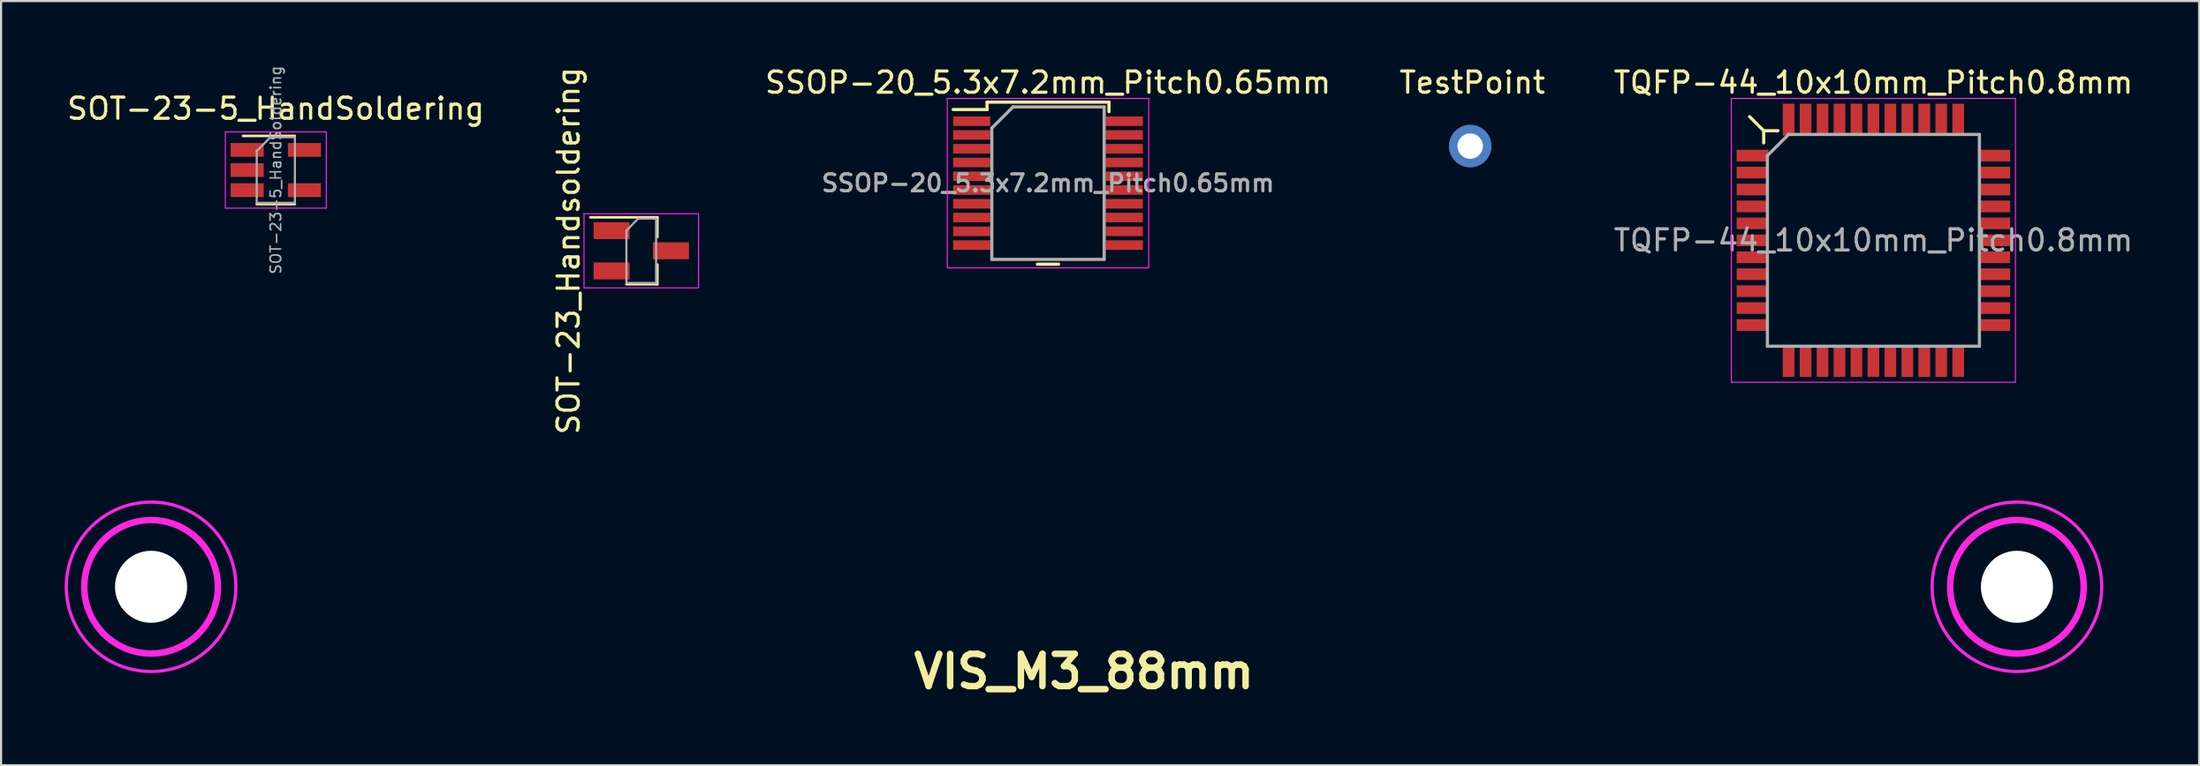
<source format=kicad_pcb>
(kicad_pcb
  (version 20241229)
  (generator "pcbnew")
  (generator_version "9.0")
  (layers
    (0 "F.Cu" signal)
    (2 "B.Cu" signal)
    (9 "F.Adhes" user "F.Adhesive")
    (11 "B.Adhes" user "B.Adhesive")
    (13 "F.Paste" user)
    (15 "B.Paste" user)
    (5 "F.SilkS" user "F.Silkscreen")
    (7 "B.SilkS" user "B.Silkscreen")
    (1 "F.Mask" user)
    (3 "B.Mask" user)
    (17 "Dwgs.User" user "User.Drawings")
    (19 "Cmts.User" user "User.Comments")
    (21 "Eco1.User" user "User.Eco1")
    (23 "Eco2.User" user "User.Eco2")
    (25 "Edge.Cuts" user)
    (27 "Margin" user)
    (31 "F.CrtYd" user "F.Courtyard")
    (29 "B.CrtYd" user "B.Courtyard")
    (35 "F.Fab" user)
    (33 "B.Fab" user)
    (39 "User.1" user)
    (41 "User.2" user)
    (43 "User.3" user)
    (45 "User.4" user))
  (footprint "SSOP-20_5.3x7.2mm_Pitch0.65mm"
    (layer "F.Cu")
    (at 46.377 5.598)
    (property "Reference" "SSOP-20_5.3x7.2mm_Pitch0.65mm" (at 0 -4.75 0) (layer "F.SilkS") (effects (font (size 1 1) (thickness 0.15))))
    (attr smd)
    (fp_line (start -2.875 -3.825) (end -2.875 -3.475) (stroke (width 0.15) (type solid)) (layer "F.SilkS"))
    (fp_line (start -2.875 -3.825) (end 2.875 -3.825) (stroke (width 0.15) (type solid)) (layer "F.SilkS"))
    (fp_line (start -2.875 -3.475) (end -4.475 -3.475) (stroke (width 0.15) (type solid)) (layer "F.SilkS"))
    (fp_line (start -0.5 3.825) (end 0.5 3.825) (stroke (width 0.15) (type solid)) (layer "F.SilkS"))
    (fp_line (start 2.875 -3.825) (end 2.875 -3.375) (stroke (width 0.15) (type solid)) (layer "F.SilkS"))
    (fp_line (start -4.75 -4) (end -4.75 4) (stroke (width 0.05) (type solid)) (layer "F.CrtYd"))
    (fp_line (start -4.75 -4) (end 4.75 -4) (stroke (width 0.05) (type solid)) (layer "F.CrtYd"))
    (fp_line (start -4.75 4) (end 4.75 4) (stroke (width 0.05) (type solid)) (layer "F.CrtYd"))
    (fp_line (start 4.75 -4) (end 4.75 4) (stroke (width 0.05) (type solid)) (layer "F.CrtYd"))
    (fp_line (start -2.65 -2.6) (end -1.65 -3.6) (stroke (width 0.15) (type solid)) (layer "F.Fab"))
    (fp_line (start -2.65 3.6) (end -2.65 -2.6) (stroke (width 0.15) (type solid)) (layer "F.Fab"))
    (fp_line (start -1.65 -3.6) (end 2.65 -3.6) (stroke (width 0.15) (type solid)) (layer "F.Fab"))
    (fp_line (start 2.65 -3.6) (end 2.65 3.6) (stroke (width 0.15) (type solid)) (layer "F.Fab"))
    (fp_line (start 2.65 3.6) (end -2.65 3.6) (stroke (width 0.15) (type solid)) (layer "F.Fab"))
    (fp_text user "${REFERENCE}" (at 0 0 0) (layer "F.Fab") (effects (font (size 0.8 0.8) (thickness 0.15))))
    (pad "1" smd rect (at -3.6 -2.925) (size 1.75 0.45) (layers "F.Cu" "F.Mask" "F.Paste"))
    (pad "2" smd rect (at -3.6 -2.275) (size 1.75 0.45) (layers "F.Cu" "F.Mask" "F.Paste"))
    (pad "3" smd rect (at -3.6 -1.625) (size 1.75 0.45) (layers "F.Cu" "F.Mask" "F.Paste"))
    (pad "4" smd rect (at -3.6 -0.975) (size 1.75 0.45) (layers "F.Cu" "F.Mask" "F.Paste"))
    (pad "5" smd rect (at -3.6 -0.325) (size 1.75 0.45) (layers "F.Cu" "F.Mask" "F.Paste"))
    (pad "6" smd rect (at -3.6 0.325) (size 1.75 0.45) (layers "F.Cu" "F.Mask" "F.Paste"))
    (pad "7" smd rect (at -3.6 0.975) (size 1.75 0.45) (layers "F.Cu" "F.Mask" "F.Paste"))
    (pad "8" smd rect (at -3.6 1.625) (size 1.75 0.45) (layers "F.Cu" "F.Mask" "F.Paste"))
    (pad "9" smd rect (at -3.6 2.275) (size 1.75 0.45) (layers "F.Cu" "F.Mask" "F.Paste"))
    (pad "10" smd rect (at -3.6 2.925) (size 1.75 0.45) (layers "F.Cu" "F.Mask" "F.Paste"))
    (pad "11" smd rect (at 3.6 2.925) (size 1.75 0.45) (layers "F.Cu" "F.Mask" "F.Paste"))
    (pad "12" smd rect (at 3.6 2.275) (size 1.75 0.45) (layers "F.Cu" "F.Mask" "F.Paste"))
    (pad "13" smd rect (at 3.6 1.625) (size 1.75 0.45) (layers "F.Cu" "F.Mask" "F.Paste"))
    (pad "14" smd rect (at 3.6 0.975) (size 1.75 0.45) (layers "F.Cu" "F.Mask" "F.Paste"))
    (pad "15" smd rect (at 3.6 0.325) (size 1.75 0.45) (layers "F.Cu" "F.Mask" "F.Paste"))
    (pad "16" smd rect (at 3.6 -0.325) (size 1.75 0.45) (layers "F.Cu" "F.Mask" "F.Paste"))
    (pad "17" smd rect (at 3.6 -0.975) (size 1.75 0.45) (layers "F.Cu" "F.Mask" "F.Paste"))
    (pad "18" smd rect (at 3.6 -1.625) (size 1.75 0.45) (layers "F.Cu" "F.Mask" "F.Paste"))
    (pad "19" smd rect (at 3.6 -2.275) (size 1.75 0.45) (layers "F.Cu" "F.Mask" "F.Paste"))
    (pad "20" smd rect (at 3.6 -2.925) (size 1.75 0.45) (layers "F.Cu" "F.Mask" "F.Paste")))
  (footprint "SOT-23_Handsoldering"
    (layer "F.Cu")
    (at 27.194 8.792)
    (property "Reference" "SOT-23_Handsoldering" (at -3.429 0 90) (layer "F.SilkS") (effects (font (size 1 1) (thickness 0.15))))
    (attr smd)
    (fp_line (start 0.76 -1.58) (end -2.4 -1.58) (stroke (width 0.12) (type solid)) (layer "F.SilkS"))
    (fp_line (start 0.76 -1.58) (end 0.76 -0.65) (stroke (width 0.12) (type solid)) (layer "F.SilkS"))
    (fp_line (start 0.76 1.58) (end -0.7 1.58) (stroke (width 0.12) (type solid)) (layer "F.SilkS"))
    (fp_line (start 0.76 1.58) (end 0.76 0.65) (stroke (width 0.12) (type solid)) (layer "F.SilkS"))
    (fp_line (start -2.7 -1.75) (end 2.7 -1.75) (stroke (width 0.05) (type solid)) (layer "F.CrtYd"))
    (fp_line (start -2.7 1.75) (end -2.7 -1.75) (stroke (width 0.05) (type solid)) (layer "F.CrtYd"))
    (fp_line (start 2.7 -1.75) (end 2.7 1.75) (stroke (width 0.05) (type solid)) (layer "F.CrtYd"))
    (fp_line (start 2.7 1.75) (end -2.7 1.75) (stroke (width 0.05) (type solid)) (layer "F.CrtYd"))
    (fp_line (start -0.7 -0.95) (end -0.7 1.5) (stroke (width 0.1) (type solid)) (layer "F.Fab"))
    (fp_line (start -0.7 -0.95) (end -0.15 -1.52) (stroke (width 0.1) (type solid)) (layer "F.Fab"))
    (fp_line (start -0.7 1.52) (end 0.7 1.52) (stroke (width 0.1) (type solid)) (layer "F.Fab"))
    (fp_line (start -0.15 -1.52) (end 0.7 -1.52) (stroke (width 0.1) (type solid)) (layer "F.Fab"))
    (fp_line (start 0.7 -1.52) (end 0.7 1.52) (stroke (width 0.1) (type solid)) (layer "F.Fab"))
    (pad "1" smd rect (at -1.4 -0.95) (size 1.7 0.8) (layers "F.Cu" "F.Mask" "F.Paste"))
    (pad "2" smd rect (at -1.4 0.95) (size 1.7 0.8) (layers "F.Cu" "F.Mask" "F.Paste"))
    (pad "3" smd rect (at 1.4 0) (size 1.7 0.8) (layers "F.Cu" "F.Mask" "F.Paste")))
  (footprint "VIS_M3_88mm"
    (layer "F.Cu")
    (at 48.075 24.658)
    (property "Reference" "VIS_M3_88mm" (at 0 4 0) (layer "F.SilkS") (effects (font (size 1.524 1.524) (thickness 0.305))))
    (attr through_hole)
    (fp_circle (center -44 0) (end -40.85 0) (stroke (width 0.12) (type solid)) (fill no) (layer "F.SilkS"))
    (fp_circle (center 44 0) (end 47.15 0) (stroke (width 0.12) (type solid)) (fill no) (layer "F.SilkS"))
    (fp_circle (center -44 0) (end -40.85 0) (stroke (width 0.305) (type solid)) (fill no) (layer "F.CrtYd"))
    (fp_circle (center -44 0) (end -40 0) (stroke (width 0.15) (type solid)) (fill no) (layer "F.CrtYd"))
    (fp_circle (center 44 0) (end 47.15 0) (stroke (width 0.305) (type solid)) (fill no) (layer "F.CrtYd"))
    (fp_circle (center 44 0) (end 48 0) (stroke (width 0.15) (type solid)) (fill no) (layer "F.CrtYd"))
    (pad "" np_thru_hole circle (at -44 0) (size 3.4 3.4) (drill 3.4) (layers "*.Cu" "*.Mask"))
    (pad "" np_thru_hole circle (at 44 0) (size 3.4 3.4) (drill 3.4) (layers "*.Cu" "*.Mask")))
  (footprint "TQFP-44_10x10mm_Pitch0.8mm"
    (layer "F.Cu")
    (at 85.306 8.298)
    (property "Reference" "TQFP-44_10x10mm_Pitch0.8mm" (at 0 -7.45 0) (layer "F.SilkS") (effects (font (size 1 1) (thickness 0.15))))
    (attr smd)
    (fp_line (start -5.175 -5.175) (end -5.842 -5.842) (stroke (width 0.15) (type solid)) (layer "F.SilkS"))
    (fp_line (start -5.175 -5.175) (end -5.175 -4.6) (stroke (width 0.15) (type solid)) (layer "F.SilkS"))
    (fp_line (start -5.175 -5.175) (end -4.5 -5.175) (stroke (width 0.15) (type solid)) (layer "F.SilkS"))
    (fp_line (start -6.7 -6.7) (end -6.7 6.7) (stroke (width 0.05) (type solid)) (layer "F.CrtYd"))
    (fp_line (start -6.7 -6.7) (end 6.7 -6.7) (stroke (width 0.05) (type solid)) (layer "F.CrtYd"))
    (fp_line (start -6.7 6.7) (end 6.7 6.7) (stroke (width 0.05) (type solid)) (layer "F.CrtYd"))
    (fp_line (start 6.7 -6.7) (end 6.7 6.7) (stroke (width 0.05) (type solid)) (layer "F.CrtYd"))
    (fp_line (start -5 -4) (end -4 -5) (stroke (width 0.15) (type solid)) (layer "F.Fab"))
    (fp_line (start -5 5) (end -5 -4) (stroke (width 0.15) (type solid)) (layer "F.Fab"))
    (fp_line (start -4 -5) (end 5 -5) (stroke (width 0.15) (type solid)) (layer "F.Fab"))
    (fp_line (start 5 -5) (end 5 5) (stroke (width 0.15) (type solid)) (layer "F.Fab"))
    (fp_line (start 5 5) (end -5 5) (stroke (width 0.15) (type solid)) (layer "F.Fab"))
    (fp_text user "${REFERENCE}" (at 0 0 0) (layer "F.Fab") (effects (font (size 1 1) (thickness 0.15))))
    (pad "1" smd rect (at -5.7 -4) (size 1.5 0.55) (layers "F.Cu" "F.Mask" "F.Paste"))
    (pad "2" smd rect (at -5.7 -3.2) (size 1.5 0.55) (layers "F.Cu" "F.Mask" "F.Paste"))
    (pad "3" smd rect (at -5.7 -2.4) (size 1.5 0.55) (layers "F.Cu" "F.Mask" "F.Paste"))
    (pad "4" smd rect (at -5.7 -1.6) (size 1.5 0.55) (layers "F.Cu" "F.Mask" "F.Paste"))
    (pad "5" smd rect (at -5.7 -0.8) (size 1.5 0.55) (layers "F.Cu" "F.Mask" "F.Paste"))
    (pad "6" smd rect (at -5.7 0) (size 1.5 0.55) (layers "F.Cu" "F.Mask" "F.Paste"))
    (pad "7" smd rect (at -5.7 0.8) (size 1.5 0.55) (layers "F.Cu" "F.Mask" "F.Paste"))
    (pad "8" smd rect (at -5.7 1.6) (size 1.5 0.55) (layers "F.Cu" "F.Mask" "F.Paste"))
    (pad "9" smd rect (at -5.7 2.4) (size 1.5 0.55) (layers "F.Cu" "F.Mask" "F.Paste"))
    (pad "10" smd rect (at -5.7 3.2) (size 1.5 0.55) (layers "F.Cu" "F.Mask" "F.Paste"))
    (pad "11" smd rect (at -5.7 4) (size 1.5 0.55) (layers "F.Cu" "F.Mask" "F.Paste"))
    (pad "12" smd rect (at -4 5.7 90) (size 1.5 0.55) (layers "F.Cu" "F.Mask" "F.Paste"))
    (pad "13" smd rect (at -3.2 5.7 90) (size 1.5 0.55) (layers "F.Cu" "F.Mask" "F.Paste"))
    (pad "14" smd rect (at -2.4 5.7 90) (size 1.5 0.55) (layers "F.Cu" "F.Mask" "F.Paste"))
    (pad "15" smd rect (at -1.6 5.7 90) (size 1.5 0.55) (layers "F.Cu" "F.Mask" "F.Paste"))
    (pad "16" smd rect (at -0.8 5.7 90) (size 1.5 0.55) (layers "F.Cu" "F.Mask" "F.Paste"))
    (pad "17" smd rect (at 0 5.7 90) (size 1.5 0.55) (layers "F.Cu" "F.Mask" "F.Paste"))
    (pad "18" smd rect (at 0.8 5.7 90) (size 1.5 0.55) (layers "F.Cu" "F.Mask" "F.Paste"))
    (pad "19" smd rect (at 1.6 5.7 90) (size 1.5 0.55) (layers "F.Cu" "F.Mask" "F.Paste"))
    (pad "20" smd rect (at 2.4 5.7 90) (size 1.5 0.55) (layers "F.Cu" "F.Mask" "F.Paste"))
    (pad "21" smd rect (at 3.2 5.7 90) (size 1.5 0.55) (layers "F.Cu" "F.Mask" "F.Paste"))
    (pad "22" smd rect (at 4 5.7 90) (size 1.5 0.55) (layers "F.Cu" "F.Mask" "F.Paste"))
    (pad "23" smd rect (at 5.7 4) (size 1.5 0.55) (layers "F.Cu" "F.Mask" "F.Paste"))
    (pad "24" smd rect (at 5.7 3.2) (size 1.5 0.55) (layers "F.Cu" "F.Mask" "F.Paste"))
    (pad "25" smd rect (at 5.7 2.4) (size 1.5 0.55) (layers "F.Cu" "F.Mask" "F.Paste"))
    (pad "26" smd rect (at 5.7 1.6) (size 1.5 0.55) (layers "F.Cu" "F.Mask" "F.Paste"))
    (pad "27" smd rect (at 5.7 0.8) (size 1.5 0.55) (layers "F.Cu" "F.Mask" "F.Paste"))
    (pad "28" smd rect (at 5.7 0) (size 1.5 0.55) (layers "F.Cu" "F.Mask" "F.Paste"))
    (pad "29" smd rect (at 5.7 -0.8) (size 1.5 0.55) (layers "F.Cu" "F.Mask" "F.Paste"))
    (pad "30" smd rect (at 5.7 -1.6) (size 1.5 0.55) (layers "F.Cu" "F.Mask" "F.Paste"))
    (pad "31" smd rect (at 5.7 -2.4) (size 1.5 0.55) (layers "F.Cu" "F.Mask" "F.Paste"))
    (pad "32" smd rect (at 5.7 -3.2) (size 1.5 0.55) (layers "F.Cu" "F.Mask" "F.Paste"))
    (pad "33" smd rect (at 5.7 -4) (size 1.5 0.55) (layers "F.Cu" "F.Mask" "F.Paste"))
    (pad "34" smd rect (at 4 -5.7 90) (size 1.5 0.55) (layers "F.Cu" "F.Mask" "F.Paste"))
    (pad "35" smd rect (at 3.2 -5.7 90) (size 1.5 0.55) (layers "F.Cu" "F.Mask" "F.Paste"))
    (pad "36" smd rect (at 2.4 -5.7 90) (size 1.5 0.55) (layers "F.Cu" "F.Mask" "F.Paste"))
    (pad "37" smd rect (at 1.6 -5.7 90) (size 1.5 0.55) (layers "F.Cu" "F.Mask" "F.Paste"))
    (pad "38" smd rect (at 0.8 -5.7 90) (size 1.5 0.55) (layers "F.Cu" "F.Mask" "F.Paste"))
    (pad "39" smd rect (at 0 -5.7 90) (size 1.5 0.55) (layers "F.Cu" "F.Mask" "F.Paste"))
    (pad "40" smd rect (at -0.8 -5.7 90) (size 1.5 0.55) (layers "F.Cu" "F.Mask" "F.Paste"))
    (pad "41" smd rect (at -1.6 -5.7 90) (size 1.5 0.55) (layers "F.Cu" "F.Mask" "F.Paste"))
    (pad "42" smd rect (at -2.4 -5.7 90) (size 1.5 0.55) (layers "F.Cu" "F.Mask" "F.Paste"))
    (pad "43" smd rect (at -3.2 -5.7 90) (size 1.5 0.55) (layers "F.Cu" "F.Mask" "F.Paste"))
    (pad "44" smd rect (at -4 -5.7 90) (size 1.5 0.55) (layers "F.Cu" "F.Mask" "F.Paste")))
  (footprint "TestPoint"
    (layer "F.Cu")
    (at 66.289 3.848)
    (property "Reference" "TestPoint" (at 0.1 -3 0) (layer "F.SilkS") (effects (font (size 1 1) (thickness 0.15))))
    (attr through_hole)
    (pad "1" thru_hole circle (at 0 0) (size 2 2) (drill 1.2) (layers "*.Cu" "*.Mask")))
  (footprint "SOT-23-5_HandSoldering"
    (layer "F.Cu")
    (at 9.958 4.979)
    (property "Reference" "SOT-23-5_HandSoldering" (at 0 -2.9 0) (layer "F.SilkS") (effects (font (size 1 1) (thickness 0.15))))
    (attr smd)
    (fp_line (start -0.9 1.61) (end 0.9 1.61) (stroke (width 0.12) (type solid)) (layer "F.SilkS"))
    (fp_line (start 0.9 -1.61) (end -1.55 -1.61) (stroke (width 0.12) (type solid)) (layer "F.SilkS"))
    (fp_line (start -2.38 -1.8) (end -2.38 1.8) (stroke (width 0.05) (type solid)) (layer "F.CrtYd"))
    (fp_line (start -2.38 -1.8) (end 2.38 -1.8) (stroke (width 0.05) (type solid)) (layer "F.CrtYd"))
    (fp_line (start 2.38 1.8) (end -2.38 1.8) (stroke (width 0.05) (type solid)) (layer "F.CrtYd"))
    (fp_line (start 2.38 1.8) (end 2.38 -1.8) (stroke (width 0.05) (type solid)) (layer "F.CrtYd"))
    (fp_line (start -0.9 -0.9) (end -0.9 1.55) (stroke (width 0.1) (type solid)) (layer "F.Fab"))
    (fp_line (start -0.9 -0.9) (end -0.25 -1.55) (stroke (width 0.1) (type solid)) (layer "F.Fab"))
    (fp_line (start 0.9 -1.55) (end -0.25 -1.55) (stroke (width 0.1) (type solid)) (layer "F.Fab"))
    (fp_line (start 0.9 -1.55) (end 0.9 1.55) (stroke (width 0.1) (type solid)) (layer "F.Fab"))
    (fp_line (start 0.9 1.55) (end -0.9 1.55) (stroke (width 0.1) (type solid)) (layer "F.Fab"))
    (fp_text user "${REFERENCE}" (at 0 0 90) (layer "F.Fab") (effects (font (size 0.5 0.5) (thickness 0.075))))
    (pad "1" smd rect (at -1.35 -0.95) (size 1.56 0.65) (layers "F.Cu" "F.Mask" "F.Paste"))
    (pad "2" smd rect (at -1.35 0) (size 1.56 0.65) (layers "F.Cu" "F.Mask" "F.Paste"))
    (pad "3" smd rect (at -1.35 0.95) (size 1.56 0.65) (layers "F.Cu" "F.Mask" "F.Paste"))
    (pad "4" smd rect (at 1.35 0.95) (size 1.56 0.65) (layers "F.Cu" "F.Mask" "F.Paste"))
    (pad "5" smd rect (at 1.35 -0.95) (size 1.56 0.65) (layers "F.Cu" "F.Mask" "F.Paste")))
  (gr_rect
    (start -3 -3)
    (end 100.669 33.085)
    (stroke (width 0.1) (type default))
    (fill no)
    (layer "Edge.Cuts")))
</source>
